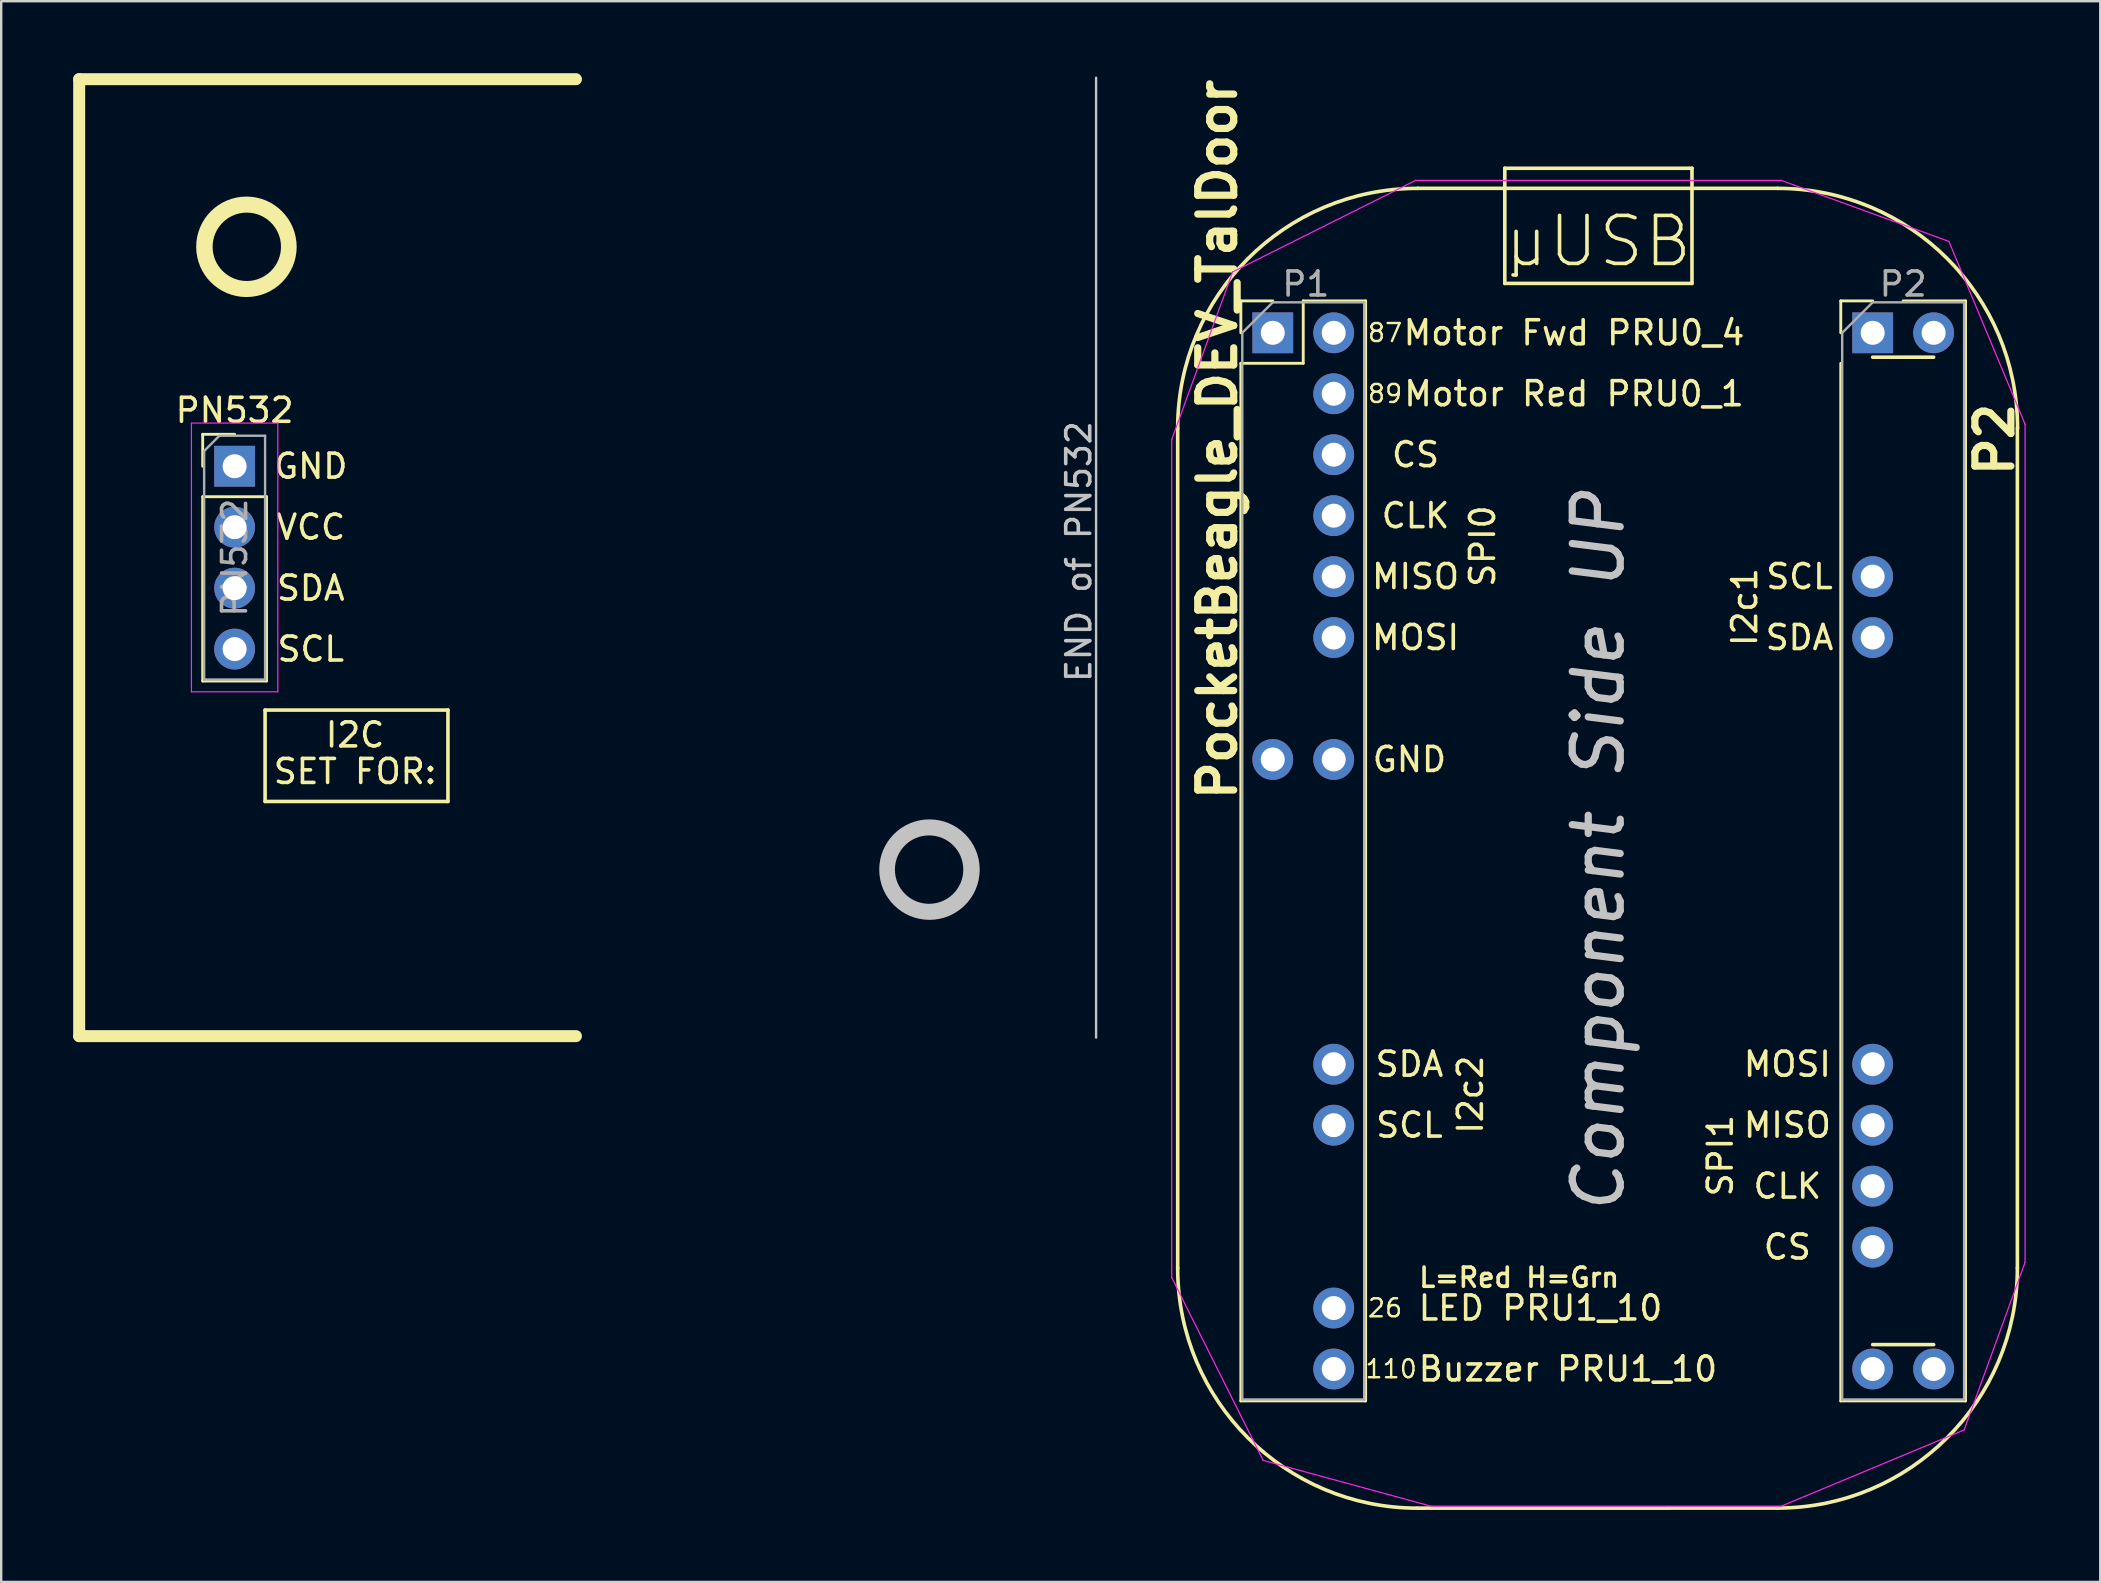
<source format=kicad_pcb>
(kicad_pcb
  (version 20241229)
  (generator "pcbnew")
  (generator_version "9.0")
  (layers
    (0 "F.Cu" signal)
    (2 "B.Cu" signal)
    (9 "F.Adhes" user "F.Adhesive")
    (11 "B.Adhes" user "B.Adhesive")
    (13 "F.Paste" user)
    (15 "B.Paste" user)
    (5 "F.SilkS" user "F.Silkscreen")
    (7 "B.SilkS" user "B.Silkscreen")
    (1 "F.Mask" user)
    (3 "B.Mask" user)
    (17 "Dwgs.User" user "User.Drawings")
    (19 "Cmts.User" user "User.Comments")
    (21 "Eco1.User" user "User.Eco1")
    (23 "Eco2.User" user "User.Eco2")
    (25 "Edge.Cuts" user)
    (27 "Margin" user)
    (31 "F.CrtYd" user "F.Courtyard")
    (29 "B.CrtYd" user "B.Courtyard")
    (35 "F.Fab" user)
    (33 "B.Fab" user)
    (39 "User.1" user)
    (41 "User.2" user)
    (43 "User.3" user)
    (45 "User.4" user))
  (footprint "PocketBeagle_DEV_TalDoor"
    (layer "F.Cu")
    (at 74.989 10.819)
    (property "Reference" "PocketBeagle_DEV_TalDoor" (at -27.305 4.445 90) (layer "F.SilkS") (effects (font (size 1.5 1.5) (thickness 0.3))))
    (attr through_hole)
    (fp_line (start -28.962 3.98) (end -28.962 38.98) (stroke (width 0.15) (type solid)) (layer "F.SilkS"))
    (fp_line (start -26.33 -1.33) (end -25 -1.33) (stroke (width 0.12) (type solid)) (layer "F.SilkS"))
    (fp_line (start -26.33 0) (end -26.33 -1.33) (stroke (width 0.12) (type solid)) (layer "F.SilkS"))
    (fp_line (start -26.33 1.27) (end -26.33 44.51) (stroke (width 0.12) (type solid)) (layer "F.SilkS"))
    (fp_line (start -26.33 1.27) (end -23.73 1.27) (stroke (width 0.12) (type solid)) (layer "F.SilkS"))
    (fp_line (start -26.33 44.51) (end -21.13 44.51) (stroke (width 0.12) (type solid)) (layer "F.SilkS"))
    (fp_line (start -23.73 -1.33) (end -21.13 -1.33) (stroke (width 0.12) (type solid)) (layer "F.SilkS"))
    (fp_line (start -23.73 1.27) (end -23.73 -1.33) (stroke (width 0.12) (type solid)) (layer "F.SilkS"))
    (fp_line (start -21.13 -1.33) (end -21.13 44.51) (stroke (width 0.12) (type solid)) (layer "F.SilkS"))
    (fp_line (start -18.962 -6.02) (end -3.962 -6.02) (stroke (width 0.15) (type solid)) (layer "F.SilkS"))
    (fp_line (start -18.962 48.98) (end -3.97 48.976) (stroke (width 0.15) (type solid)) (layer "F.SilkS"))
    (fp_line (start -15.33 -6.858) (end -7.53 -6.858) (stroke (width 0.15) (type solid)) (layer "F.SilkS"))
    (fp_line (start -15.33 -2.058) (end -15.33 -6.858) (stroke (width 0.15) (type solid)) (layer "F.SilkS"))
    (fp_line (start -15.33 -2.058) (end -7.53 -2.058) (stroke (width 0.15) (type solid)) (layer "F.SilkS"))
    (fp_line (start -14.859 -3.175) (end -14.859 -2.413) (stroke (width 0.15) (type solid)) (layer "F.SilkS"))
    (fp_line (start -14.859 -2.413) (end -14.986 -2.413) (stroke (width 0.15) (type solid)) (layer "F.SilkS"))
    (fp_line (start -7.53 -2.058) (end -7.53 -6.858) (stroke (width 0.15) (type solid)) (layer "F.SilkS"))
    (fp_line (start -1.33 -1.33) (end 0 -1.33) (stroke (width 0.12) (type solid)) (layer "F.SilkS"))
    (fp_line (start -1.33 0) (end -1.33 -1.33) (stroke (width 0.12) (type solid)) (layer "F.SilkS"))
    (fp_line (start -1.33 1.27) (end -1.33 44.51) (stroke (width 0.12) (type solid)) (layer "F.SilkS"))
    (fp_line (start -1.33 44.51) (end 3.87 44.51) (stroke (width 0.12) (type solid)) (layer "F.SilkS"))
    (fp_line (start 0 1.016) (end 2.54 1.016) (stroke (width 0.15) (type solid)) (layer "F.SilkS"))
    (fp_line (start 0 42.164) (end 2.54 42.164) (stroke (width 0.15) (type solid)) (layer "F.SilkS"))
    (fp_line (start 1.27 -1.33) (end 3.87 -1.33) (stroke (width 0.12) (type solid)) (layer "F.SilkS"))
    (fp_line (start 3.87 -1.33) (end 3.87 44.51) (stroke (width 0.12) (type solid)) (layer "F.SilkS"))
    (fp_line (start 6.03 3.976) (end 6.03 38.976) (stroke (width 0.15) (type solid)) (layer "F.SilkS"))
    (fp_arc (start -28.9624 3.9802) (mid -26.033468 -3.090868) (end -18.9624 -6.0198) (stroke (width 0.15) (type solid)) (layer "F.SilkS"))
    (fp_arc (start -18.9624 48.9802) (mid -26.033468 46.051268) (end -28.9624 38.9802) (stroke (width 0.15) (type solid)) (layer "F.SilkS"))
    (fp_arc (start -3.9624 -6.0198) (mid 3.108668 -3.090868) (end 6.0376 3.9802) (stroke (width 0.15) (type solid)) (layer "F.SilkS"))
    (fp_arc (start 6.03 38.9763) (mid 3.101068 46.047368) (end -3.97 48.9763) (stroke (width 0.15) (type solid)) (layer "F.SilkS"))
    (fp_line (start -29.21 39.37) (end -29.21 4.445) (stroke (width 0.05) (type solid)) (layer "F.CrtYd"))
    (fp_line (start -29.21 39.37) (end -25.4 46.99) (stroke (width 0.05) (type solid)) (layer "F.CrtYd"))
    (fp_line (start -26.67 -2.54) (end -29.21 4.445) (stroke (width 0.05) (type solid)) (layer "F.CrtYd"))
    (fp_line (start -25.4 46.99) (end -18.415 48.895) (stroke (width 0.05) (type solid)) (layer "F.CrtYd"))
    (fp_line (start -19.05 -6.35) (end -26.67 -2.54) (stroke (width 0.05) (type solid)) (layer "F.CrtYd"))
    (fp_line (start -19.05 -6.35) (end -3.81 -6.35) (stroke (width 0.05) (type solid)) (layer "F.CrtYd"))
    (fp_line (start -18.415 48.895) (end -3.81 48.895) (stroke (width 0.05) (type solid)) (layer "F.CrtYd"))
    (fp_line (start -3.81 48.895) (end 3.81 45.72) (stroke (width 0.05) (type solid)) (layer "F.CrtYd"))
    (fp_line (start 3.175 -3.81) (end -3.81 -6.35) (stroke (width 0.05) (type solid)) (layer "F.CrtYd"))
    (fp_line (start 3.81 45.72) (end 6.35 38.735) (stroke (width 0.05) (type solid)) (layer "F.CrtYd"))
    (fp_line (start 6.35 3.81) (end 3.175 -3.81) (stroke (width 0.05) (type solid)) (layer "F.CrtYd"))
    (fp_line (start 6.35 38.735) (end 6.35 3.81) (stroke (width 0.05) (type solid)) (layer "F.CrtYd"))
    (fp_line (start -26.27 0) (end -25 -1.27) (stroke (width 0.1) (type solid)) (layer "F.Fab"))
    (fp_line (start -26.27 44.45) (end -26.27 0) (stroke (width 0.1) (type solid)) (layer "F.Fab"))
    (fp_line (start -25 -1.27) (end -21.19 -1.27) (stroke (width 0.1) (type solid)) (layer "F.Fab"))
    (fp_line (start -21.19 -1.27) (end -21.19 44.45) (stroke (width 0.1) (type solid)) (layer "F.Fab"))
    (fp_line (start -21.19 44.45) (end -26.27 44.45) (stroke (width 0.1) (type solid)) (layer "F.Fab"))
    (fp_line (start -1.27 0) (end 0 -1.27) (stroke (width 0.1) (type solid)) (layer "F.Fab"))
    (fp_line (start -1.27 44.45) (end -1.27 0) (stroke (width 0.1) (type solid)) (layer "F.Fab"))
    (fp_line (start 0 -1.27) (end 3.81 -1.27) (stroke (width 0.1) (type solid)) (layer "F.Fab"))
    (fp_line (start 3.81 -1.27) (end 3.81 44.45) (stroke (width 0.1) (type solid)) (layer "F.Fab"))
    (fp_line (start 3.81 44.45) (end -1.27 44.45) (stroke (width 0.1) (type solid)) (layer "F.Fab"))
    (fp_text user "CS" (at -3.556 38.1 180) (layer "F.SilkS") (effects (font (size 1 1) (thickness 0.15))))
    (fp_text user "Buzzer PRU1_10" (at -12.7 43.18 0) (layer "F.SilkS") (effects (font (size 1 1) (thickness 0.15))))
    (fp_text user "CS" (at -19.05 5.08 0) (layer "F.SilkS") (effects (font (size 1 1) (thickness 0.15))))
    (fp_text user "LED PRU1_10" (at -13.843 40.64 0) (layer "F.SilkS") (effects (font (size 1 1) (thickness 0.15))))
    (fp_text user "MISO" (at -3.556 33.02 180) (layer "F.SilkS") (effects (font (size 1 1) (thickness 0.15))))
    (fp_text user "CLK" (at -19.05 7.62 0) (layer "F.SilkS") (effects (font (size 1 1) (thickness 0.15))))
    (fp_text user "Motor Fwd PRU0_4" (at -12.446 0 0) (layer "F.SilkS") (effects (font (size 1 1) (thickness 0.15))))
    (fp_text user "uUSB" (at -11.43 -3.81 0) (layer "F.SilkS") (effects (font (size 2 2) (thickness 0.15))))
    (fp_text user "SPI1" (at -6.35 34.29 90) (layer "F.SilkS") (effects (font (size 1 1) (thickness 0.15))))
    (fp_text user "SCL" (at -3.048 10.16 0) (layer "F.SilkS") (effects (font (size 1 1) (thickness 0.15))))
    (fp_text user "MOSI" (at -3.556 30.48 180) (layer "F.SilkS") (effects (font (size 1 1) (thickness 0.15))))
    (fp_text user "MOSI" (at -19.05 12.7 0) (layer "F.SilkS") (effects (font (size 1 1) (thickness 0.15))))
    (fp_text user "SPI0" (at -16.256 8.89 90) (layer "F.SilkS") (effects (font (size 1 1) (thickness 0.15))))
    (fp_text user "SDA" (at -19.304 30.48 0) (layer "F.SilkS") (effects (font (size 1 1) (thickness 0.15))))
    (fp_text user "P2" (at 5.08 4.445 90) (layer "F.SilkS") (effects (font (size 1.5 1.5) (thickness 0.3))))
    (fp_text user "26" (at -20.32 40.64 0) (layer "F.SilkS") (effects (font (size 0.75 0.75) (thickness 0.1))))
    (fp_text user "87" (at -20.32 0 0) (layer "F.SilkS") (effects (font (size 0.75 0.75) (thickness 0.1))))
    (fp_text user "110" (at -20.066 43.18 0) (layer "F.SilkS") (effects (font (size 0.75 0.75) (thickness 0.1))))
    (fp_text user "SDA" (at -3.048 12.7 0) (layer "F.SilkS") (effects (font (size 1 1) (thickness 0.15))))
    (fp_text user "Motor Red PRU0_1" (at -12.446 2.54 0) (layer "F.SilkS") (effects (font (size 1 1) (thickness 0.15))))
    (fp_text user "I2c1" (at -5.334 11.43 90) (layer "F.SilkS") (effects (font (size 1 1) (thickness 0.15))))
    (fp_text user "L=Red H=Grn" (at -14.732 39.37 0) (layer "F.SilkS") (effects (font (size 0.8 0.8) (thickness 0.15))))
    (fp_text user "SCL" (at -19.304 33.02 0) (layer "F.SilkS") (effects (font (size 1 1) (thickness 0.15))))
    (fp_text user "MISO" (at -19.05 10.16 0) (layer "F.SilkS") (effects (font (size 1 1) (thickness 0.15))))
    (fp_text user "GND" (at -19.304 17.78 0) (layer "F.SilkS") (effects (font (size 1 1) (thickness 0.15))))
    (fp_text user "I2c2" (at -16.764 31.75 90) (layer "F.SilkS") (effects (font (size 1 1) (thickness 0.15))))
    (fp_text user "89" (at -20.32 2.54 0) (layer "F.SilkS") (effects (font (size 0.75 0.75) (thickness 0.1))))
    (fp_text user "CLK" (at -3.556 35.56 180) (layer "F.SilkS") (effects (font (size 1 1) (thickness 0.15))))
    (fp_text user "Component Side UP" (at -11.43 21.59 90) (layer "Dwgs.User") (effects (font (size 2 2) (thickness 0.3) (italic yes))))
    (fp_text user "P2" (at 1.27 -2.032 180) (layer "F.Fab") (effects (font (size 1 1) (thickness 0.15))))
    (fp_text user "P1" (at -23.622 -2.032 180) (layer "F.Fab") (effects (font (size 1 1) (thickness 0.15))))
    (pad "1.1" thru_hole rect (at -25 0) (size 1.7 1.7) (drill 1) (layers "*.Cu" "*.Mask"))
    (pad "1.2" thru_hole oval (at -22.46 0) (size 1.7 1.7) (drill 1) (layers "*.Cu" "*.Mask"))
    (pad "1.4" thru_hole oval (at -22.46 2.54) (size 1.7 1.7) (drill 1) (layers "*.Cu" "*.Mask"))
    (pad "1.6" thru_hole oval (at -22.46 5.08) (size 1.7 1.7) (drill 1) (layers "*.Cu" "*.Mask"))
    (pad "1.8" thru_hole oval (at -22.46 7.62) (size 1.7 1.7) (drill 1) (layers "*.Cu" "*.Mask"))
    (pad "1.10" thru_hole oval (at -22.46 10.16) (size 1.7 1.7) (drill 1) (layers "*.Cu" "*.Mask"))
    (pad "1.12" thru_hole oval (at -22.46 12.7) (size 1.7 1.7) (drill 1) (layers "*.Cu" "*.Mask"))
    (pad "1.15" thru_hole oval (at -25 17.78) (size 1.7 1.7) (drill 1) (layers "*.Cu" "*.Mask"))
    (pad "1.16" thru_hole oval (at -22.46 17.78) (size 1.7 1.7) (drill 1) (layers "*.Cu" "*.Mask"))
    (pad "1.26" thru_hole oval (at -22.46 30.48) (size 1.7 1.7) (drill 1) (layers "*.Cu" "*.Mask"))
    (pad "1.28" thru_hole oval (at -22.46 33.02) (size 1.7 1.7) (drill 1) (layers "*.Cu" "*.Mask"))
    (pad "1.34" thru_hole oval (at -22.46 40.64) (size 1.7 1.7) (drill 1) (layers "*.Cu" "*.Mask"))
    (pad "1.36" thru_hole oval (at -22.46 43.18) (size 1.7 1.7) (drill 1) (layers "*.Cu" "*.Mask"))
    (pad "2.1" thru_hole rect (at 0 0) (size 1.7 1.7) (drill 1) (layers "*.Cu" "*.Mask"))
    (pad "2.2" thru_hole oval (at 2.54 0) (size 1.7 1.7) (drill 1) (layers "*.Cu" "*.Mask"))
    (pad "2.9" thru_hole oval (at 0 10.16) (size 1.7 1.7) (drill 1) (layers "*.Cu" "*.Mask"))
    (pad "2.11" thru_hole oval (at 0 12.7) (size 1.7 1.7) (drill 1) (layers "*.Cu" "*.Mask"))
    (pad "2.25" thru_hole oval (at 0 30.48) (size 1.7 1.7) (drill 1) (layers "*.Cu" "*.Mask"))
    (pad "2.27" thru_hole oval (at 0 33.02) (size 1.7 1.7) (drill 1) (layers "*.Cu" "*.Mask"))
    (pad "2.29" thru_hole oval (at 0 35.56) (size 1.7 1.7) (drill 1) (layers "*.Cu" "*.Mask"))
    (pad "2.31" thru_hole oval (at 0 38.1) (size 1.7 1.7) (drill 1) (layers "*.Cu" "*.Mask"))
    (pad "2.35" thru_hole oval (at 0 43.18) (size 1.7 1.7) (drill 1) (layers "*.Cu" "*.Mask"))
    (pad "2.36" thru_hole oval (at 2.54 43.18) (size 1.7 1.7) (drill 1) (layers "*.Cu" "*.Mask")))
  (footprint "PN532"
    (layer "F.Cu")
    (at 6.727 16.379)
    (property "Reference" "PN532" (at 0 -2.33 0) (layer "F.SilkS") (effects (font (size 1 1) (thickness 0.15))))
    (attr through_hole)
    (fp_line (start -6.477 -16.129) (end -6.477 23.749) (stroke (width 0.5) (type solid)) (layer "F.SilkS"))
    (fp_line (start -6.477 -16.129) (end 14.224 -16.129) (stroke (width 0.5) (type solid)) (layer "F.SilkS"))
    (fp_line (start -6.477 23.749) (end 14.224 23.749) (stroke (width 0.5) (type solid)) (layer "F.SilkS"))
    (fp_line (start -1.33 -1.33) (end 0 -1.33) (stroke (width 0.12) (type solid)) (layer "F.SilkS"))
    (fp_line (start -1.33 0) (end -1.33 -1.33) (stroke (width 0.12) (type solid)) (layer "F.SilkS"))
    (fp_line (start -1.33 1.27) (end -1.33 8.95) (stroke (width 0.12) (type solid)) (layer "F.SilkS"))
    (fp_line (start -1.33 1.27) (end 1.33 1.27) (stroke (width 0.12) (type solid)) (layer "F.SilkS"))
    (fp_line (start -1.33 8.95) (end 1.33 8.95) (stroke (width 0.12) (type solid)) (layer "F.SilkS"))
    (fp_line (start 1.27 10.16) (end 1.27 13.97) (stroke (width 0.15) (type solid)) (layer "F.SilkS"))
    (fp_line (start 1.27 13.97) (end 8.89 13.97) (stroke (width 0.15) (type solid)) (layer "F.SilkS"))
    (fp_line (start 1.33 1.27) (end 1.33 8.95) (stroke (width 0.12) (type solid)) (layer "F.SilkS"))
    (fp_line (start 8.89 10.16) (end 1.27 10.16) (stroke (width 0.15) (type solid)) (layer "F.SilkS"))
    (fp_line (start 8.89 13.97) (end 8.89 10.16) (stroke (width 0.15) (type solid)) (layer "F.SilkS"))
    (fp_circle (center 0.492 -9.144) (end 1.508 -7.666) (stroke (width 0.6) (type solid)) (fill no) (layer "F.SilkS"))
    (fp_circle (center 0.508 -9.144) (end 2.008 -9.144) (stroke (width 0.15) (type solid)) (fill no) (layer "F.SilkS"))
    (fp_line (start 35.9 -16.19) (end 35.9 23.81) (stroke (width 0.1) (type solid)) (layer "Dwgs.User"))
    (fp_circle (center 28.941 16.81) (end 30.441 16.81) (stroke (width 0.15) (type solid)) (fill no) (layer "Dwgs.User"))
    (fp_circle (center 28.956 16.81) (end 29.972 18.288) (stroke (width 0.6) (type solid)) (fill no) (layer "Dwgs.User"))
    (fp_line (start -1.8 -1.8) (end -1.8 9.4) (stroke (width 0.05) (type solid)) (layer "F.CrtYd"))
    (fp_line (start -1.8 9.4) (end 1.8 9.4) (stroke (width 0.05) (type solid)) (layer "F.CrtYd"))
    (fp_line (start 1.8 -1.8) (end -1.8 -1.8) (stroke (width 0.05) (type solid)) (layer "F.CrtYd"))
    (fp_line (start 1.8 9.4) (end 1.8 -1.8) (stroke (width 0.05) (type solid)) (layer "F.CrtYd"))
    (fp_line (start -1.27 -0.635) (end -0.635 -1.27) (stroke (width 0.1) (type solid)) (layer "F.Fab"))
    (fp_line (start -1.27 8.89) (end -1.27 -0.635) (stroke (width 0.1) (type solid)) (layer "F.Fab"))
    (fp_line (start -0.635 -1.27) (end 1.27 -1.27) (stroke (width 0.1) (type solid)) (layer "F.Fab"))
    (fp_line (start 1.27 -1.27) (end 1.27 8.89) (stroke (width 0.1) (type solid)) (layer "F.Fab"))
    (fp_line (start 1.27 8.89) (end -1.27 8.89) (stroke (width 0.1) (type solid)) (layer "F.Fab"))
    (fp_text user "I2C" (at 5.018 11.197 0) (layer "F.SilkS") (effects (font (size 1 1) (thickness 0.15))))
    (fp_text user "GND" (at 3.175 0 0) (layer "F.SilkS") (effects (font (size 1 1) (thickness 0.15))))
    (fp_text user "VCC" (at 3.175 2.54 0) (layer "F.SilkS") (effects (font (size 1 1) (thickness 0.15))))
    (fp_text user "SDA" (at 3.175 5.08 0) (layer "F.SilkS") (effects (font (size 1 1) (thickness 0.15))))
    (fp_text user "SET FOR:" (at 5.018 12.721 0) (layer "F.SilkS") (effects (font (size 1 1) (thickness 0.15))))
    (fp_text user "SCL" (at 3.175 7.62 0) (layer "F.SilkS") (effects (font (size 1 1) (thickness 0.15))))
    (fp_text user "END of PN532" (at 35.179 3.556 90) (layer "Dwgs.User") (effects (font (size 1 1) (thickness 0.15))))
    (fp_text user "${REFERENCE}" (at 0 3.81 90) (layer "F.Fab") (effects (font (size 1 1) (thickness 0.15))))
    (pad "1" thru_hole rect (at 0 0) (size 1.7 1.7) (drill 1) (layers "*.Cu" "*.Mask"))
    (pad "2" thru_hole oval (at 0 2.54) (size 1.7 1.7) (drill 1) (layers "*.Cu" "*.Mask"))
    (pad "3" thru_hole oval (at 0 5.08) (size 1.7 1.7) (drill 1) (layers "*.Cu" "*.Mask"))
    (pad "4" thru_hole oval (at 0 7.62) (size 1.7 1.7) (drill 1) (layers "*.Cu" "*.Mask")))
  (gr_rect
    (start -3 -3)
    (end 84.473 62.874)
    (stroke (width 0.1) (type default))
    (fill no)
    (layer "Edge.Cuts")))
</source>
